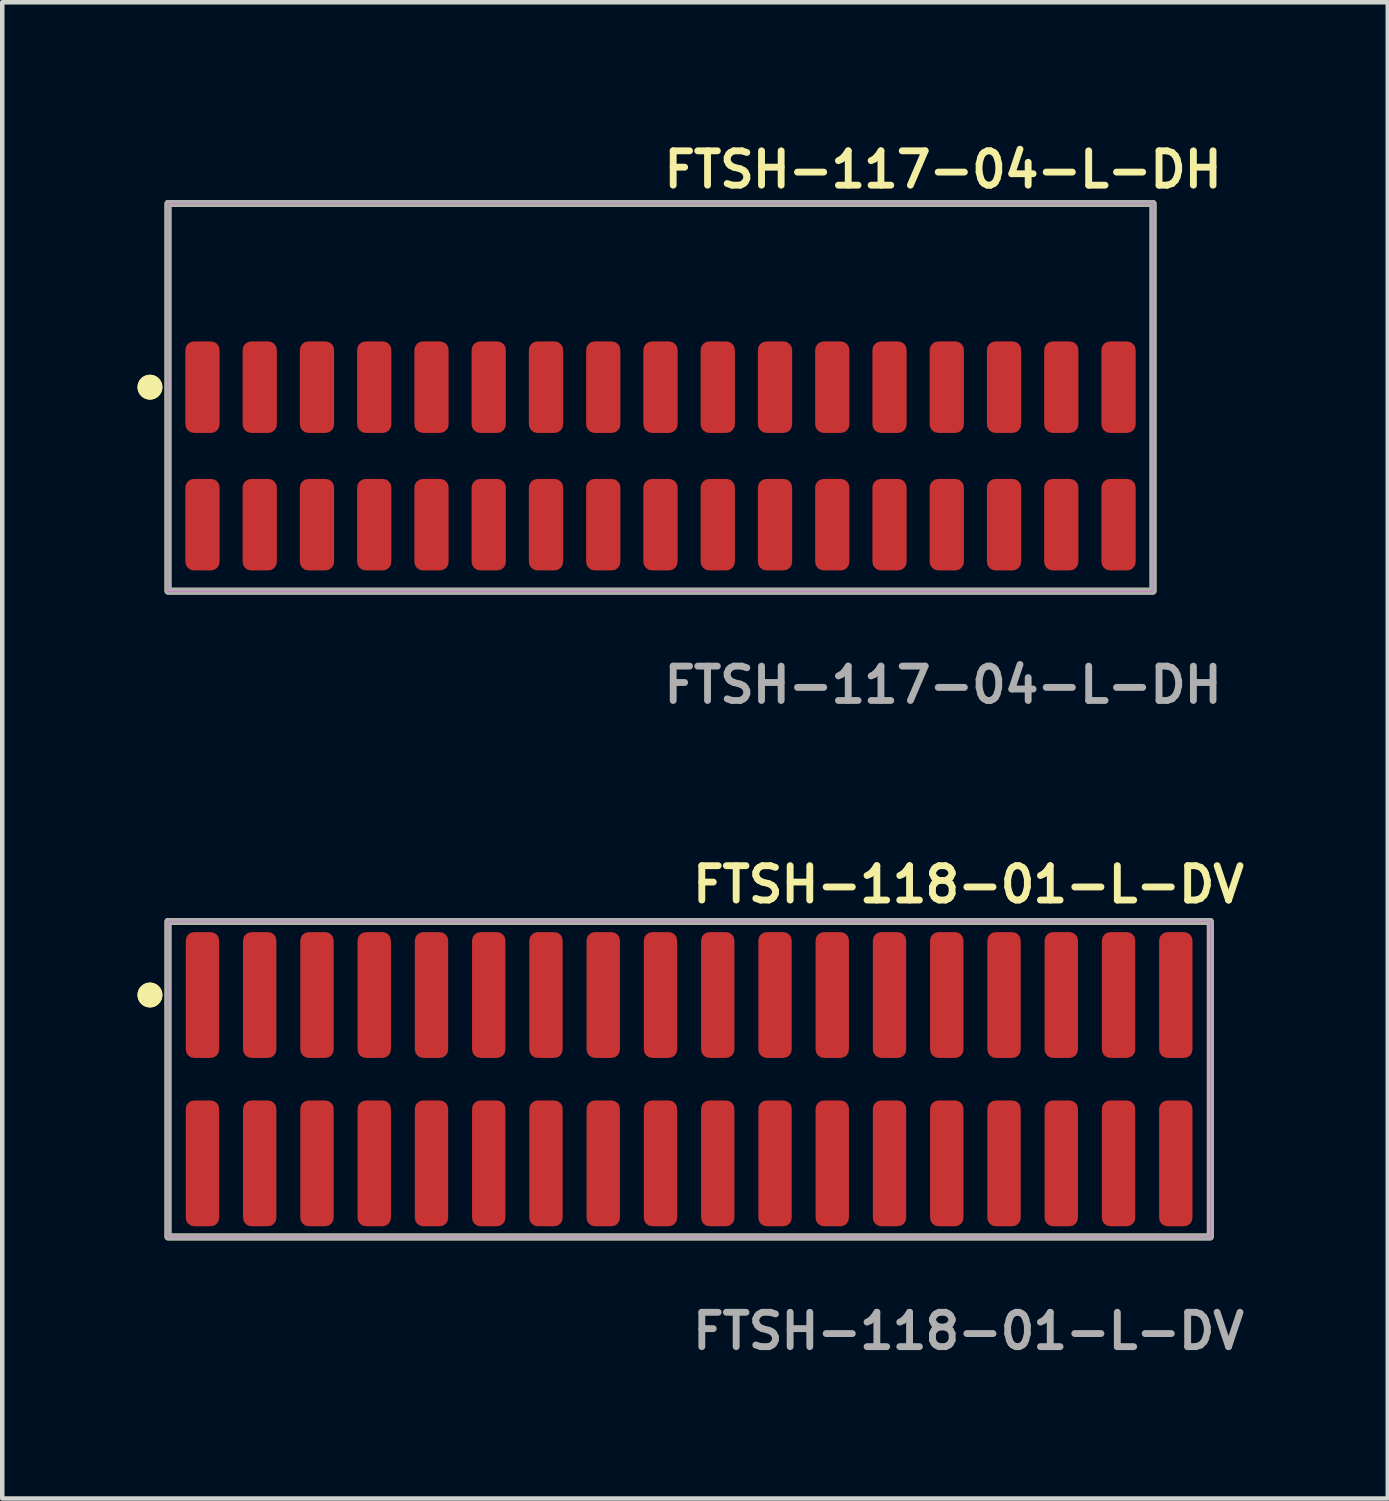
<source format=kicad_pcb>
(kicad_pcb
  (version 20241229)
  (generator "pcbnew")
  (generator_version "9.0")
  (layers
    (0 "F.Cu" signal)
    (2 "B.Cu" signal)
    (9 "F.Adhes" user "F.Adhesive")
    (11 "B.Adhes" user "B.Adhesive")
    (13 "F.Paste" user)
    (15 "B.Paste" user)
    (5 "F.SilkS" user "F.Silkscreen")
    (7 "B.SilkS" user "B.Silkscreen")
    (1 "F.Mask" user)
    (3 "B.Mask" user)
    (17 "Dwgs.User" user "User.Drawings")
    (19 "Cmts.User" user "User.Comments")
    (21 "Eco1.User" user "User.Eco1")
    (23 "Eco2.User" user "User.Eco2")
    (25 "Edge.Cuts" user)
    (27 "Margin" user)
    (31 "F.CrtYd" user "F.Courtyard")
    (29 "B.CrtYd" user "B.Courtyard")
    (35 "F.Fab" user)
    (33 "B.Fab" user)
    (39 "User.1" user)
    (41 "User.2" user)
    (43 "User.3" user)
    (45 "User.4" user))
  (footprint "FTSH-117-04-L-DH"
    (layer "F.Cu")
    (at 11.601 7.063)
    (property "Reference" "FTSH-117-04-L-DH" (at 0 -6.35 0) (unlocked yes) (layer "F.SilkS") (effects (font (size 0.762 0.762) (thickness 0.152)) (justify left)))
    (fp_rect (start -10.925 3) (end 10.925 -5.6) (stroke (width 0.152) (type solid)) (fill no) (layer "F.SilkS"))
    (fp_circle (center -11.325 -1.525) (end -11.525 -1.525) (stroke (width 0.152) (type solid)) (fill yes) (layer "F.SilkS"))
    (fp_circle (center -11.325 -1.525) (end -11.525 -1.525) (stroke (width 0.152) (type solid)) (fill yes) (layer "F.SilkS"))
    (fp_rect (start -10.925 3) (end 10.925 -5.6) (stroke (width 0.006) (type solid)) (fill no) (layer "F.CrtYd"))
    (fp_rect (start -10.925 3) (end 10.925 -5.6) (stroke (width 0.152) (type solid)) (fill no) (layer "F.Fab"))
    (fp_text user "${REFERENCE}" (at 0 5.08 0) (unlocked yes) (layer "F.Fab") (effects (font (size 0.762 0.762) (thickness 0.152)) (justify left)))
    (pad "1" smd roundrect (at -10.16 -1.525) (size 0.76 2.03) (layers "F.Cu" "F.Paste") (roundrect_rratio 0.25))
    (pad "2" smd roundrect (at -10.16 1.525) (size 0.76 2.03) (layers "F.Cu" "F.Paste") (roundrect_rratio 0.25))
    (pad "3" smd roundrect (at -8.89 -1.525) (size 0.76 2.03) (layers "F.Cu" "F.Paste") (roundrect_rratio 0.25))
    (pad "4" smd roundrect (at -8.89 1.525) (size 0.76 2.03) (layers "F.Cu" "F.Paste") (roundrect_rratio 0.25))
    (pad "5" smd roundrect (at -7.62 -1.525) (size 0.76 2.03) (layers "F.Cu" "F.Paste") (roundrect_rratio 0.25))
    (pad "6" smd roundrect (at -7.62 1.525) (size 0.76 2.03) (layers "F.Cu" "F.Paste") (roundrect_rratio 0.25))
    (pad "7" smd roundrect (at -6.35 -1.525) (size 0.76 2.03) (layers "F.Cu" "F.Paste") (roundrect_rratio 0.25))
    (pad "8" smd roundrect (at -6.35 1.525) (size 0.76 2.03) (layers "F.Cu" "F.Paste") (roundrect_rratio 0.25))
    (pad "9" smd roundrect (at -5.08 -1.525) (size 0.76 2.03) (layers "F.Cu" "F.Paste") (roundrect_rratio 0.25))
    (pad "10" smd roundrect (at -5.08 1.525) (size 0.76 2.03) (layers "F.Cu" "F.Paste") (roundrect_rratio 0.25))
    (pad "11" smd roundrect (at -3.81 -1.525) (size 0.76 2.03) (layers "F.Cu" "F.Paste") (roundrect_rratio 0.25))
    (pad "12" smd roundrect (at -3.81 1.525) (size 0.76 2.03) (layers "F.Cu" "F.Paste") (roundrect_rratio 0.25))
    (pad "13" smd roundrect (at -2.54 -1.525) (size 0.76 2.03) (layers "F.Cu" "F.Paste") (roundrect_rratio 0.25))
    (pad "14" smd roundrect (at -2.54 1.525) (size 0.76 2.03) (layers "F.Cu" "F.Paste") (roundrect_rratio 0.25))
    (pad "15" smd roundrect (at -1.27 -1.525) (size 0.76 2.03) (layers "F.Cu" "F.Paste") (roundrect_rratio 0.25))
    (pad "16" smd roundrect (at -1.27 1.525) (size 0.76 2.03) (layers "F.Cu" "F.Paste") (roundrect_rratio 0.25))
    (pad "17" smd roundrect (at 0 -1.525) (size 0.76 2.03) (layers "F.Cu" "F.Paste") (roundrect_rratio 0.25))
    (pad "18" smd roundrect (at 0 1.525) (size 0.76 2.03) (layers "F.Cu" "F.Paste") (roundrect_rratio 0.25))
    (pad "19" smd roundrect (at 1.27 -1.525) (size 0.76 2.03) (layers "F.Cu" "F.Paste") (roundrect_rratio 0.25))
    (pad "20" smd roundrect (at 1.27 1.525) (size 0.76 2.03) (layers "F.Cu" "F.Paste") (roundrect_rratio 0.25))
    (pad "21" smd roundrect (at 2.54 -1.525) (size 0.76 2.03) (layers "F.Cu" "F.Paste") (roundrect_rratio 0.25))
    (pad "22" smd roundrect (at 2.54 1.525) (size 0.76 2.03) (layers "F.Cu" "F.Paste") (roundrect_rratio 0.25))
    (pad "23" smd roundrect (at 3.81 -1.525) (size 0.76 2.03) (layers "F.Cu" "F.Paste") (roundrect_rratio 0.25))
    (pad "24" smd roundrect (at 3.81 1.525) (size 0.76 2.03) (layers "F.Cu" "F.Paste") (roundrect_rratio 0.25))
    (pad "25" smd roundrect (at 5.08 -1.525) (size 0.76 2.03) (layers "F.Cu" "F.Paste") (roundrect_rratio 0.25))
    (pad "26" smd roundrect (at 5.08 1.525) (size 0.76 2.03) (layers "F.Cu" "F.Paste") (roundrect_rratio 0.25))
    (pad "27" smd roundrect (at 6.35 -1.525) (size 0.76 2.03) (layers "F.Cu" "F.Paste") (roundrect_rratio 0.25))
    (pad "28" smd roundrect (at 6.35 1.525) (size 0.76 2.03) (layers "F.Cu" "F.Paste") (roundrect_rratio 0.25))
    (pad "29" smd roundrect (at 7.62 -1.525) (size 0.76 2.03) (layers "F.Cu" "F.Paste") (roundrect_rratio 0.25))
    (pad "30" smd roundrect (at 7.62 1.525) (size 0.76 2.03) (layers "F.Cu" "F.Paste") (roundrect_rratio 0.25))
    (pad "31" smd roundrect (at 8.89 -1.525) (size 0.76 2.03) (layers "F.Cu" "F.Paste") (roundrect_rratio 0.25))
    (pad "32" smd roundrect (at 8.89 1.525) (size 0.76 2.03) (layers "F.Cu" "F.Paste") (roundrect_rratio 0.25))
    (pad "33" smd roundrect (at 10.16 -1.525) (size 0.76 2.03) (layers "F.Cu" "F.Paste") (roundrect_rratio 0.25))
    (pad "34" smd roundrect (at 10.16 1.525) (size 0.76 2.03) (layers "F.Cu" "F.Paste") (roundrect_rratio 0.25)))
  (footprint "FTSH-118-01-L-DV"
    (layer "F.Cu")
    (at 12.236 20.888)
    (property "Reference" "FTSH-118-01-L-DV" (at 0 -4.318 0) (unlocked yes) (layer "F.SilkS") (effects (font (size 0.762 0.762) (thickness 0.152)) (justify left)))
    (fp_rect (start -11.56 3.5) (end 11.56 -3.5) (stroke (width 0.152) (type solid)) (fill no) (layer "F.SilkS"))
    (fp_circle (center -11.96 -1.867) (end -12.16 -1.867) (stroke (width 0.152) (type solid)) (fill yes) (layer "F.SilkS"))
    (fp_circle (center -11.96 -1.867) (end -12.16 -1.867) (stroke (width 0.152) (type solid)) (fill yes) (layer "F.SilkS"))
    (fp_rect (start -11.56 3.5) (end 11.56 -3.5) (stroke (width 0.006) (type solid)) (fill no) (layer "F.CrtYd"))
    (fp_rect (start -11.56 3.5) (end 11.56 -3.5) (stroke (width 0.152) (type solid)) (fill no) (layer "F.Fab"))
    (fp_text user "${REFERENCE}" (at 0 5.588 0) (unlocked yes) (layer "F.Fab") (effects (font (size 0.762 0.762) (thickness 0.152)) (justify left)))
    (pad "1" smd roundrect (at -10.795 -1.867) (size 0.74 2.79) (layers "F.Cu" "F.Paste") (roundrect_rratio 0.25))
    (pad "2" smd roundrect (at -10.795 1.867) (size 0.74 2.79) (layers "F.Cu" "F.Paste") (roundrect_rratio 0.25))
    (pad "3" smd roundrect (at -9.525 -1.867) (size 0.74 2.79) (layers "F.Cu" "F.Paste") (roundrect_rratio 0.25))
    (pad "4" smd roundrect (at -9.525 1.867) (size 0.74 2.79) (layers "F.Cu" "F.Paste") (roundrect_rratio 0.25))
    (pad "5" smd roundrect (at -8.255 -1.867) (size 0.74 2.79) (layers "F.Cu" "F.Paste") (roundrect_rratio 0.25))
    (pad "6" smd roundrect (at -8.255 1.867) (size 0.74 2.79) (layers "F.Cu" "F.Paste") (roundrect_rratio 0.25))
    (pad "7" smd roundrect (at -6.985 -1.867) (size 0.74 2.79) (layers "F.Cu" "F.Paste") (roundrect_rratio 0.25))
    (pad "8" smd roundrect (at -6.985 1.867) (size 0.74 2.79) (layers "F.Cu" "F.Paste") (roundrect_rratio 0.25))
    (pad "9" smd roundrect (at -5.715 -1.867) (size 0.74 2.79) (layers "F.Cu" "F.Paste") (roundrect_rratio 0.25))
    (pad "10" smd roundrect (at -5.715 1.867) (size 0.74 2.79) (layers "F.Cu" "F.Paste") (roundrect_rratio 0.25))
    (pad "11" smd roundrect (at -4.445 -1.867) (size 0.74 2.79) (layers "F.Cu" "F.Paste") (roundrect_rratio 0.25))
    (pad "12" smd roundrect (at -4.445 1.867) (size 0.74 2.79) (layers "F.Cu" "F.Paste") (roundrect_rratio 0.25))
    (pad "13" smd roundrect (at -3.175 -1.867) (size 0.74 2.79) (layers "F.Cu" "F.Paste") (roundrect_rratio 0.25))
    (pad "14" smd roundrect (at -3.175 1.867) (size 0.74 2.79) (layers "F.Cu" "F.Paste") (roundrect_rratio 0.25))
    (pad "15" smd roundrect (at -1.905 -1.867) (size 0.74 2.79) (layers "F.Cu" "F.Paste") (roundrect_rratio 0.25))
    (pad "16" smd roundrect (at -1.905 1.867) (size 0.74 2.79) (layers "F.Cu" "F.Paste") (roundrect_rratio 0.25))
    (pad "17" smd roundrect (at -0.635 -1.867) (size 0.74 2.79) (layers "F.Cu" "F.Paste") (roundrect_rratio 0.25))
    (pad "18" smd roundrect (at -0.635 1.867) (size 0.74 2.79) (layers "F.Cu" "F.Paste") (roundrect_rratio 0.25))
    (pad "19" smd roundrect (at 0.635 -1.867) (size 0.74 2.79) (layers "F.Cu" "F.Paste") (roundrect_rratio 0.25))
    (pad "20" smd roundrect (at 0.635 1.867) (size 0.74 2.79) (layers "F.Cu" "F.Paste") (roundrect_rratio 0.25))
    (pad "21" smd roundrect (at 1.905 -1.867) (size 0.74 2.79) (layers "F.Cu" "F.Paste") (roundrect_rratio 0.25))
    (pad "22" smd roundrect (at 1.905 1.867) (size 0.74 2.79) (layers "F.Cu" "F.Paste") (roundrect_rratio 0.25))
    (pad "23" smd roundrect (at 3.175 -1.867) (size 0.74 2.79) (layers "F.Cu" "F.Paste") (roundrect_rratio 0.25))
    (pad "24" smd roundrect (at 3.175 1.867) (size 0.74 2.79) (layers "F.Cu" "F.Paste") (roundrect_rratio 0.25))
    (pad "25" smd roundrect (at 4.445 -1.867) (size 0.74 2.79) (layers "F.Cu" "F.Paste") (roundrect_rratio 0.25))
    (pad "26" smd roundrect (at 4.445 1.867) (size 0.74 2.79) (layers "F.Cu" "F.Paste") (roundrect_rratio 0.25))
    (pad "27" smd roundrect (at 5.715 -1.867) (size 0.74 2.79) (layers "F.Cu" "F.Paste") (roundrect_rratio 0.25))
    (pad "28" smd roundrect (at 5.715 1.867) (size 0.74 2.79) (layers "F.Cu" "F.Paste") (roundrect_rratio 0.25))
    (pad "29" smd roundrect (at 6.985 -1.867) (size 0.74 2.79) (layers "F.Cu" "F.Paste") (roundrect_rratio 0.25))
    (pad "30" smd roundrect (at 6.985 1.867) (size 0.74 2.79) (layers "F.Cu" "F.Paste") (roundrect_rratio 0.25))
    (pad "31" smd roundrect (at 8.255 -1.867) (size 0.74 2.79) (layers "F.Cu" "F.Paste") (roundrect_rratio 0.25))
    (pad "32" smd roundrect (at 8.255 1.867) (size 0.74 2.79) (layers "F.Cu" "F.Paste") (roundrect_rratio 0.25))
    (pad "33" smd roundrect (at 9.525 -1.867) (size 0.74 2.79) (layers "F.Cu" "F.Paste") (roundrect_rratio 0.25))
    (pad "34" smd roundrect (at 9.525 1.867) (size 0.74 2.79) (layers "F.Cu" "F.Paste") (roundrect_rratio 0.25))
    (pad "35" smd roundrect (at 10.795 -1.867) (size 0.74 2.79) (layers "F.Cu" "F.Paste") (roundrect_rratio 0.25))
    (pad "36" smd roundrect (at 10.795 1.867) (size 0.74 2.79) (layers "F.Cu" "F.Paste") (roundrect_rratio 0.25)))
  (gr_rect
    (start -3 -3)
    (end 27.733 30.189)
    (stroke (width 0.1) (type default))
    (fill no)
    (layer "Edge.Cuts")))
</source>
